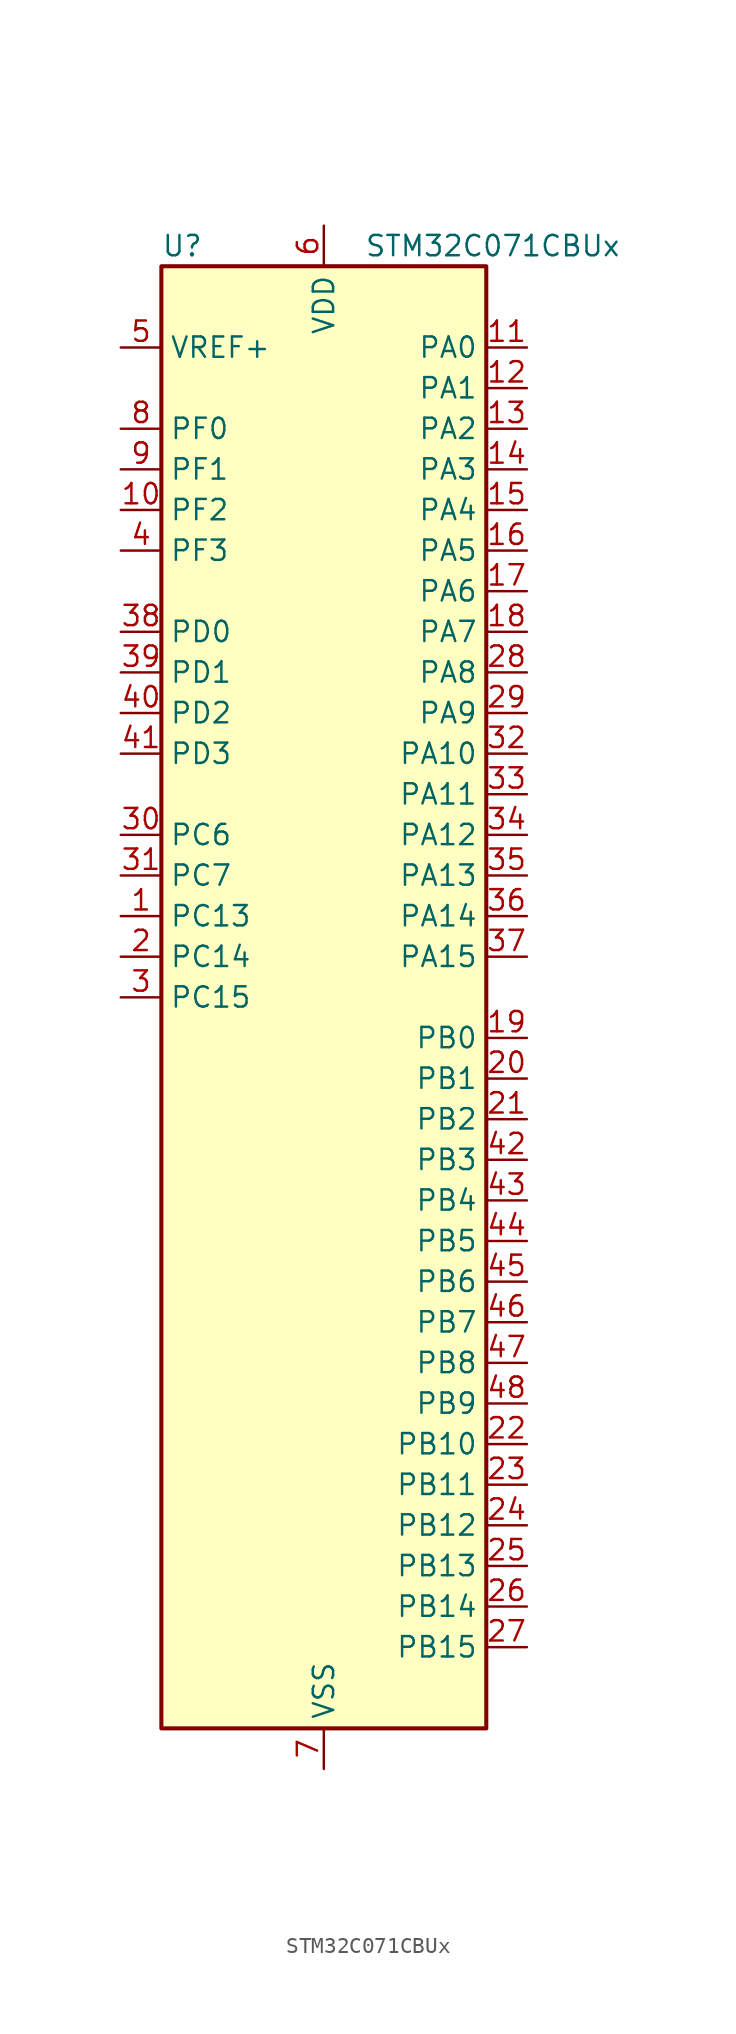
<source format=kicad_sym>
(kicad_symbol_lib
  (version 20241209)
  (generator "kicad_symbol_editor")
  (generator_version "9.0")
  (symbol "STM32C071CBUx"
    (property "Reference" "U"
      (at -10.16 46.99 0)
      (effects (font (size 1.27 1.27)) (justify left)))
    (property "Value" "STM32C071CBUx"
      (at 2.54 46.99 0)
      (effects (font (size 1.27 1.27)) (justify left)))
    (symbol "STM32C071CBUx_0_1"
      (rectangle (start -10.16 -45.72) (end 10.16 45.72) (stroke (width 0.254) (type default)) (fill (type background))))
    (symbol "STM32C071CBUx_1_1"
      (pin input line (at -12.7 40.64 0) (length 2.54) (name "VREF+" (effects (font (size 1.27 1.27)))) (number "5" (effects (font (size 1.27 1.27)))))
      (pin bidirectional line (at -12.7 35.56 0) (length 2.54) (name "PF0" (effects (font (size 1.27 1.27)))) (number "8" (effects (font (size 1.27 1.27)))) (alternate "CRS_SYNC" bidirectional line) (alternate "RCC_OSC_IN" bidirectional line) (alternate "TIM14_CH1" bidirectional line))
      (pin bidirectional line (at -12.7 33.02 0) (length 2.54) (name "PF1" (effects (font (size 1.27 1.27)))) (number "9" (effects (font (size 1.27 1.27)))) (alternate "RCC_OSC_EN" bidirectional line) (alternate "RCC_OSC_OUT" bidirectional line))
      (pin bidirectional line (at -12.7 30.48 0) (length 2.54) (name "PF2" (effects (font (size 1.27 1.27)))) (number "10" (effects (font (size 1.27 1.27)))) (alternate "RCC_MCO" bidirectional line) (alternate "TIM1_CH4" bidirectional line))
      (pin bidirectional line (at -12.7 27.94 0) (length 2.54) (name "PF3" (effects (font (size 1.27 1.27)))) (number "4" (effects (font (size 1.27 1.27)))))
      (pin bidirectional line (at -12.7 22.86 0) (length 2.54) (name "PD0" (effects (font (size 1.27 1.27)))) (number "38" (effects (font (size 1.27 1.27)))) (alternate "SPI2_NSS" bidirectional line) (alternate "TIM16_CH1" bidirectional line))
      (pin bidirectional line (at -12.7 20.32 0) (length 2.54) (name "PD1" (effects (font (size 1.27 1.27)))) (number "39" (effects (font (size 1.27 1.27)))) (alternate "SPI2_SCK" bidirectional line) (alternate "TIM17_CH1" bidirectional line))
      (pin bidirectional line (at -12.7 17.78 0) (length 2.54) (name "PD2" (effects (font (size 1.27 1.27)))) (number "40" (effects (font (size 1.27 1.27)))) (alternate "TIM1_CH1N" bidirectional line) (alternate "TIM3_ETR" bidirectional line))
      (pin bidirectional line (at -12.7 15.24 0) (length 2.54) (name "PD3" (effects (font (size 1.27 1.27)))) (number "41" (effects (font (size 1.27 1.27)))) (alternate "SPI2_MISO" bidirectional line) (alternate "TIM1_CH2N" bidirectional line) (alternate "USART2_CTS" bidirectional line) (alternate "USART2_NSS" bidirectional line))
      (pin bidirectional line (at -12.7 10.16 0) (length 2.54) (name "PC6" (effects (font (size 1.27 1.27)))) (number "30" (effects (font (size 1.27 1.27)))) (alternate "TIM2_CH3" bidirectional line) (alternate "TIM3_CH1" bidirectional line))
      (pin bidirectional line (at -12.7 7.62 0) (length 2.54) (name "PC7" (effects (font (size 1.27 1.27)))) (number "31" (effects (font (size 1.27 1.27)))) (alternate "TIM2_CH4" bidirectional line) (alternate "TIM3_CH2" bidirectional line))
      (pin bidirectional line (at -12.7 5.08 0) (length 2.54) (name "PC13" (effects (font (size 1.27 1.27)))) (number "1" (effects (font (size 1.27 1.27)))) (alternate "PWR_WKUP2" bidirectional line) (alternate "RTC_OUT1" bidirectional line) (alternate "RTC_TS" bidirectional line) (alternate "TIM1_BKIN" bidirectional line) (alternate "TIM1_ETR" bidirectional line))
      (pin bidirectional line (at -12.7 2.54 0) (length 2.54) (name "PC14" (effects (font (size 1.27 1.27)))) (number "2" (effects (font (size 1.27 1.27)))) (alternate "I2C1_SDA" bidirectional line) (alternate "IR_OUT" bidirectional line) (alternate "RCC_OSCX_IN" bidirectional line) (alternate "SPI2_NSS" bidirectional line) (alternate "TIM17_CH1" bidirectional line) (alternate "TIM1_BKIN2" bidirectional line) (alternate "TIM1_ETR" bidirectional line) (alternate "TIM3_CH2" bidirectional line) (alternate "USART1_TX" bidirectional line) (alternate "USART2_CK" bidirectional line) (alternate "USART2_DE" bidirectional line) (alternate "USART2_RTS" bidirectional line))
      (pin bidirectional line (at -12.7 0 0) (length 2.54) (name "PC15" (effects (font (size 1.27 1.27)))) (number "3" (effects (font (size 1.27 1.27)))) (alternate "RCC_OSC32_EN" bidirectional line) (alternate "RCC_OSCX_OUT" bidirectional line) (alternate "RCC_OSC_EN" bidirectional line) (alternate "TIM1_ETR" bidirectional line) (alternate "TIM3_CH3" bidirectional line))
      (pin power_in line (at 0 48.26 270) (length 2.54) (name "VDD" (effects (font (size 1.27 1.27)))) (number "6" (effects (font (size 1.27 1.27)))))
      (pin passive line (at 0 -48.26 90) (length 2.54) (hide yes) (name "VSS" (effects (font (size 1.27 1.27)))) (number "49" (effects (font (size 1.27 1.27)))))
      (pin power_in line (at 0 -48.26 90) (length 2.54) (name "VSS" (effects (font (size 1.27 1.27)))) (number "7" (effects (font (size 1.27 1.27)))))
      (pin bidirectional line (at 12.7 40.64 180) (length 2.54) (name "PA0" (effects (font (size 1.27 1.27)))) (number "11" (effects (font (size 1.27 1.27)))) (alternate "ADC1_IN0" bidirectional line) (alternate "PWR_WKUP1" bidirectional line) (alternate "SPI2_SCK" bidirectional line) (alternate "TIM16_CH1" bidirectional line) (alternate "TIM1_CH1" bidirectional line) (alternate "TIM2_CH1" bidirectional line) (alternate "TIM2_ETR" bidirectional line) (alternate "USART1_TX" bidirectional line) (alternate "USART2_CTS" bidirectional line) (alternate "USART2_NSS" bidirectional line))
      (pin bidirectional line (at 12.7 38.1 180) (length 2.54) (name "PA1" (effects (font (size 1.27 1.27)))) (number "12" (effects (font (size 1.27 1.27)))) (alternate "ADC1_IN1" bidirectional line) (alternate "I2C1_SMBA" bidirectional line) (alternate "I2S1_CK" bidirectional line) (alternate "SPI1_SCK" bidirectional line) (alternate "TIM17_CH1" bidirectional line) (alternate "TIM1_CH2" bidirectional line) (alternate "TIM2_CH2" bidirectional line) (alternate "USART1_RX" bidirectional line) (alternate "USART2_CK" bidirectional line) (alternate "USART2_DE" bidirectional line) (alternate "USART2_RTS" bidirectional line))
      (pin bidirectional line (at 12.7 35.56 180) (length 2.54) (name "PA2" (effects (font (size 1.27 1.27)))) (number "13" (effects (font (size 1.27 1.27)))) (alternate "ADC1_IN2" bidirectional line) (alternate "I2S1_SD" bidirectional line) (alternate "PWR_WKUP4" bidirectional line) (alternate "RCC_LSCO" bidirectional line) (alternate "SPI1_MOSI" bidirectional line) (alternate "TIM16_CH1N" bidirectional line) (alternate "TIM1_CH3" bidirectional line) (alternate "TIM2_CH3" bidirectional line) (alternate "TIM3_ETR" bidirectional line) (alternate "USART2_TX" bidirectional line))
      (pin bidirectional line (at 12.7 33.02 180) (length 2.54) (name "PA3" (effects (font (size 1.27 1.27)))) (number "14" (effects (font (size 1.27 1.27)))) (alternate "ADC1_IN3" bidirectional line) (alternate "SPI2_MISO" bidirectional line) (alternate "TIM1_CH1N" bidirectional line) (alternate "TIM1_CH4" bidirectional line) (alternate "TIM2_CH4" bidirectional line) (alternate "USART2_RX" bidirectional line))
      (pin bidirectional line (at 12.7 30.48 180) (length 2.54) (name "PA4" (effects (font (size 1.27 1.27)))) (number "15" (effects (font (size 1.27 1.27)))) (alternate "ADC1_IN4" bidirectional line) (alternate "I2S1_WS" bidirectional line) (alternate "RTC_OUT2" bidirectional line) (alternate "SPI1_NSS" bidirectional line) (alternate "SPI2_MOSI" bidirectional line) (alternate "TIM14_CH1" bidirectional line) (alternate "TIM17_CH1N" bidirectional line) (alternate "TIM1_CH2N" bidirectional line) (alternate "USART2_TX" bidirectional line) (alternate "USB_NOE" bidirectional line))
      (pin bidirectional line (at 12.7 27.94 180) (length 2.54) (name "PA5" (effects (font (size 1.27 1.27)))) (number "16" (effects (font (size 1.27 1.27)))) (alternate "ADC1_IN5" bidirectional line) (alternate "I2S1_CK" bidirectional line) (alternate "SPI1_SCK" bidirectional line) (alternate "TIM1_CH1" bidirectional line) (alternate "TIM1_CH3N" bidirectional line) (alternate "TIM2_CH1" bidirectional line) (alternate "TIM2_ETR" bidirectional line) (alternate "USART2_RX" bidirectional line))
      (pin bidirectional line (at 12.7 25.4 180) (length 2.54) (name "PA6" (effects (font (size 1.27 1.27)))) (number "17" (effects (font (size 1.27 1.27)))) (alternate "ADC1_IN6" bidirectional line) (alternate "I2C2_SDA" bidirectional line) (alternate "I2S1_MCK" bidirectional line) (alternate "SPI1_MISO" bidirectional line) (alternate "TIM16_CH1" bidirectional line) (alternate "TIM1_BKIN" bidirectional line) (alternate "TIM3_CH1" bidirectional line))
      (pin bidirectional line (at 12.7 22.86 180) (length 2.54) (name "PA7" (effects (font (size 1.27 1.27)))) (number "18" (effects (font (size 1.27 1.27)))) (alternate "ADC1_IN7" bidirectional line) (alternate "I2C2_SCL" bidirectional line) (alternate "I2S1_SD" bidirectional line) (alternate "SPI1_MOSI" bidirectional line) (alternate "TIM14_CH1" bidirectional line) (alternate "TIM17_CH1" bidirectional line) (alternate "TIM1_CH1N" bidirectional line) (alternate "TIM3_CH2" bidirectional line))
      (pin bidirectional line (at 12.7 20.32 180) (length 2.54) (name "PA8" (effects (font (size 1.27 1.27)))) (number "28" (effects (font (size 1.27 1.27)))) (alternate "ADC1_IN8" bidirectional line) (alternate "CRS_SYNC" bidirectional line) (alternate "I2S1_WS" bidirectional line) (alternate "RCC_MCO" bidirectional line) (alternate "RCC_MCO2" bidirectional line) (alternate "SPI1_NSS" bidirectional line) (alternate "SPI2_MISO" bidirectional line) (alternate "SPI2_NSS" bidirectional line) (alternate "TIM14_CH1" bidirectional line) (alternate "TIM1_CH1" bidirectional line) (alternate "TIM1_CH2N" bidirectional line) (alternate "TIM1_CH3N" bidirectional line) (alternate "TIM3_CH3" bidirectional line) (alternate "TIM3_CH4" bidirectional line) (alternate "USART1_RX" bidirectional line) (alternate "USART2_TX" bidirectional line))
      (pin bidirectional line (at 12.7 17.78 180) (length 2.54) (name "PA9" (effects (font (size 1.27 1.27)))) (number "29" (effects (font (size 1.27 1.27)))) (alternate "I2C1_SCL" bidirectional line) (alternate "I2C2_SCL" bidirectional line) (alternate "RCC_MCO" bidirectional line) (alternate "SPI2_MISO" bidirectional line) (alternate "TIM1_CH2" bidirectional line) (alternate "TIM3_ETR" bidirectional line) (alternate "USART1_TX" bidirectional line))
      (pin bidirectional line (at 12.7 15.24 180) (length 2.54) (name "PA10" (effects (font (size 1.27 1.27)))) (number "32" (effects (font (size 1.27 1.27)))) (alternate "I2C1_SDA" bidirectional line) (alternate "I2C2_SDA" bidirectional line) (alternate "RCC_MCO2" bidirectional line) (alternate "SPI2_MOSI" bidirectional line) (alternate "TIM17_BKIN" bidirectional line) (alternate "TIM1_CH3" bidirectional line) (alternate "USART1_RX" bidirectional line))
      (pin bidirectional line (at 12.7 12.7 180) (length 2.54) (name "PA11" (effects (font (size 1.27 1.27)))) (number "33" (effects (font (size 1.27 1.27)))) (alternate "ADC1_EXTI11" bidirectional line) (alternate "I2C2_SCL" bidirectional line) (alternate "I2S1_MCK" bidirectional line) (alternate "SPI1_MISO" bidirectional line) (alternate "TIM1_BKIN2" bidirectional line) (alternate "TIM1_CH4" bidirectional line) (alternate "USART1_CTS" bidirectional line) (alternate "USART1_NSS" bidirectional line) (alternate "USB_DM" bidirectional line))
      (pin bidirectional line (at 12.7 10.16 180) (length 2.54) (name "PA12" (effects (font (size 1.27 1.27)))) (number "34" (effects (font (size 1.27 1.27)))) (alternate "I2C2_SDA" bidirectional line) (alternate "I2S1_SD" bidirectional line) (alternate "I2S_CKIN" bidirectional line) (alternate "SPI1_MOSI" bidirectional line) (alternate "TIM1_ETR" bidirectional line) (alternate "USART1_CK" bidirectional line) (alternate "USART1_DE" bidirectional line) (alternate "USART1_RTS" bidirectional line) (alternate "USB_DP" bidirectional line))
      (pin bidirectional line (at 12.7 7.62 180) (length 2.54) (name "PA13" (effects (font (size 1.27 1.27)))) (number "35" (effects (font (size 1.27 1.27)))) (alternate "ADC1_IN13" bidirectional line) (alternate "DEBUG_SWDIO" bidirectional line) (alternate "IR_OUT" bidirectional line) (alternate "TIM3_ETR" bidirectional line) (alternate "USART2_RX" bidirectional line) (alternate "USB_NOE" bidirectional line))
      (pin bidirectional line (at 12.7 5.08 180) (length 2.54) (name "PA14" (effects (font (size 1.27 1.27)))) (number "36" (effects (font (size 1.27 1.27)))) (alternate "ADC1_IN14" bidirectional line) (alternate "DEBUG_SWCLK" bidirectional line) (alternate "I2S1_WS" bidirectional line) (alternate "RCC_MCO2" bidirectional line) (alternate "SPI1_NSS" bidirectional line) (alternate "TIM1_CH1" bidirectional line) (alternate "USART1_CK" bidirectional line) (alternate "USART1_DE" bidirectional line) (alternate "USART1_RTS" bidirectional line) (alternate "USART2_RX" bidirectional line) (alternate "USART2_TX" bidirectional line))
      (pin bidirectional line (at 12.7 2.54 180) (length 2.54) (name "PA15" (effects (font (size 1.27 1.27)))) (number "37" (effects (font (size 1.27 1.27)))) (alternate "I2S1_WS" bidirectional line) (alternate "RCC_MCO2" bidirectional line) (alternate "SPI1_NSS" bidirectional line) (alternate "TIM1_CH1" bidirectional line) (alternate "TIM2_CH1" bidirectional line) (alternate "TIM2_ETR" bidirectional line) (alternate "USART1_CK" bidirectional line) (alternate "USART1_DE" bidirectional line) (alternate "USART1_RTS" bidirectional line) (alternate "USART2_RX" bidirectional line) (alternate "USB_NOE" bidirectional line))
      (pin bidirectional line (at 12.7 -2.54 180) (length 2.54) (name "PB0" (effects (font (size 1.27 1.27)))) (number "19" (effects (font (size 1.27 1.27)))) (alternate "ADC1_IN17" bidirectional line) (alternate "I2S1_WS" bidirectional line) (alternate "SPI1_NSS" bidirectional line) (alternate "TIM1_CH2N" bidirectional line) (alternate "TIM3_CH3" bidirectional line))
      (pin bidirectional line (at 12.7 -5.08 180) (length 2.54) (name "PB1" (effects (font (size 1.27 1.27)))) (number "20" (effects (font (size 1.27 1.27)))) (alternate "ADC1_IN18" bidirectional line) (alternate "TIM14_CH1" bidirectional line) (alternate "TIM1_CH2N" bidirectional line) (alternate "TIM1_CH3N" bidirectional line) (alternate "TIM3_CH4" bidirectional line))
      (pin bidirectional line (at 12.7 -7.62 180) (length 2.54) (name "PB2" (effects (font (size 1.27 1.27)))) (number "21" (effects (font (size 1.27 1.27)))) (alternate "ADC1_IN19" bidirectional line) (alternate "RCC_MCO2" bidirectional line) (alternate "SPI2_MISO" bidirectional line) (alternate "USART1_RX" bidirectional line))
      (pin bidirectional line (at 12.7 -10.16 180) (length 2.54) (name "PB3" (effects (font (size 1.27 1.27)))) (number "42" (effects (font (size 1.27 1.27)))) (alternate "I2C2_SCL" bidirectional line) (alternate "I2S1_CK" bidirectional line) (alternate "SPI1_SCK" bidirectional line) (alternate "TIM1_CH2" bidirectional line) (alternate "TIM2_CH2" bidirectional line) (alternate "TIM3_CH2" bidirectional line) (alternate "USART1_CK" bidirectional line) (alternate "USART1_DE" bidirectional line) (alternate "USART1_RTS" bidirectional line))
      (pin bidirectional line (at 12.7 -12.7 180) (length 2.54) (name "PB4" (effects (font (size 1.27 1.27)))) (number "43" (effects (font (size 1.27 1.27)))) (alternate "I2C2_SDA" bidirectional line) (alternate "I2S1_MCK" bidirectional line) (alternate "SPI1_MISO" bidirectional line) (alternate "TIM17_BKIN" bidirectional line) (alternate "TIM3_CH1" bidirectional line) (alternate "USART1_CTS" bidirectional line) (alternate "USART1_NSS" bidirectional line))
      (pin bidirectional line (at 12.7 -15.24 180) (length 2.54) (name "PB5" (effects (font (size 1.27 1.27)))) (number "44" (effects (font (size 1.27 1.27)))) (alternate "I2C1_SMBA" bidirectional line) (alternate "I2S1_SD" bidirectional line) (alternate "PWR_WKUP6" bidirectional line) (alternate "SPI1_MOSI" bidirectional line) (alternate "TIM16_BKIN" bidirectional line) (alternate "TIM3_CH2" bidirectional line) (alternate "TIM3_CH3" bidirectional line))
      (pin bidirectional line (at 12.7 -17.78 180) (length 2.54) (name "PB6" (effects (font (size 1.27 1.27)))) (number "45" (effects (font (size 1.27 1.27)))) (alternate "I2C1_SCL" bidirectional line) (alternate "I2C1_SMBA" bidirectional line) (alternate "I2S1_CK" bidirectional line) (alternate "I2S1_MCK" bidirectional line) (alternate "I2S1_SD" bidirectional line) (alternate "PWR_WKUP3" bidirectional line) (alternate "SPI1_MISO" bidirectional line) (alternate "SPI1_MOSI" bidirectional line) (alternate "SPI1_SCK" bidirectional line) (alternate "SPI2_MISO" bidirectional line) (alternate "TIM16_BKIN" bidirectional line) (alternate "TIM16_CH1N" bidirectional line) (alternate "TIM17_BKIN" bidirectional line) (alternate "TIM1_CH2" bidirectional line) (alternate "TIM1_CH3" bidirectional line) (alternate "TIM3_CH1" bidirectional line) (alternate "TIM3_CH2" bidirectional line) (alternate "TIM3_CH3" bidirectional line) (alternate "USART1_CTS" bidirectional line) (alternate "USART1_NSS" bidirectional line) (alternate "USART1_TX" bidirectional line))
      (pin bidirectional line (at 12.7 -20.32 180) (length 2.54) (name "PB7" (effects (font (size 1.27 1.27)))) (number "46" (effects (font (size 1.27 1.27)))) (alternate "I2C1_SCL" bidirectional line) (alternate "I2C1_SDA" bidirectional line) (alternate "SPI2_MOSI" bidirectional line) (alternate "TIM16_CH1" bidirectional line) (alternate "TIM17_CH1N" bidirectional line) (alternate "TIM1_CH4" bidirectional line) (alternate "TIM3_CH1" bidirectional line) (alternate "TIM3_CH4" bidirectional line) (alternate "USART1_RX" bidirectional line) (alternate "USART2_CTS" bidirectional line) (alternate "USART2_NSS" bidirectional line))
      (pin bidirectional line (at 12.7 -22.86 180) (length 2.54) (name "PB8" (effects (font (size 1.27 1.27)))) (number "47" (effects (font (size 1.27 1.27)))) (alternate "I2C1_SCL" bidirectional line) (alternate "SPI2_SCK" bidirectional line) (alternate "TIM16_CH1" bidirectional line) (alternate "TIM3_CH1" bidirectional line) (alternate "USART2_CTS" bidirectional line) (alternate "USART2_NSS" bidirectional line))
      (pin bidirectional line (at 12.7 -25.4 180) (length 2.54) (name "PB9" (effects (font (size 1.27 1.27)))) (number "48" (effects (font (size 1.27 1.27)))) (alternate "I2C1_SDA" bidirectional line) (alternate "IR_OUT" bidirectional line) (alternate "SPI2_NSS" bidirectional line) (alternate "TIM17_CH1" bidirectional line) (alternate "TIM3_CH2" bidirectional line) (alternate "USART2_CK" bidirectional line) (alternate "USART2_DE" bidirectional line) (alternate "USART2_RTS" bidirectional line))
      (pin bidirectional line (at 12.7 -27.94 180) (length 2.54) (name "PB10" (effects (font (size 1.27 1.27)))) (number "22" (effects (font (size 1.27 1.27)))) (alternate "ADC1_IN20" bidirectional line) (alternate "I2C2_SCL" bidirectional line) (alternate "SPI2_SCK" bidirectional line) (alternate "TIM2_CH3" bidirectional line))
      (pin bidirectional line (at 12.7 -30.48 180) (length 2.54) (name "PB11" (effects (font (size 1.27 1.27)))) (number "23" (effects (font (size 1.27 1.27)))) (alternate "ADC1_EXTI11" bidirectional line) (alternate "ADC1_IN21" bidirectional line) (alternate "I2C2_SDA" bidirectional line) (alternate "SPI2_MOSI" bidirectional line) (alternate "TIM2_CH4" bidirectional line))
      (pin bidirectional line (at 12.7 -33.02 180) (length 2.54) (name "PB12" (effects (font (size 1.27 1.27)))) (number "24" (effects (font (size 1.27 1.27)))) (alternate "ADC1_IN22" bidirectional line) (alternate "SPI2_NSS" bidirectional line) (alternate "TIM1_BKIN" bidirectional line) (alternate "TIM1_BKIN2" bidirectional line))
      (pin bidirectional line (at 12.7 -35.56 180) (length 2.54) (name "PB13" (effects (font (size 1.27 1.27)))) (number "25" (effects (font (size 1.27 1.27)))) (alternate "I2C2_SCL" bidirectional line) (alternate "SPI2_SCK" bidirectional line) (alternate "TIM1_CH1N" bidirectional line))
      (pin bidirectional line (at 12.7 -38.1 180) (length 2.54) (name "PB14" (effects (font (size 1.27 1.27)))) (number "26" (effects (font (size 1.27 1.27)))) (alternate "I2C2_SDA" bidirectional line) (alternate "SPI2_MISO" bidirectional line) (alternate "TIM1_CH2N" bidirectional line))
      (pin bidirectional line (at 12.7 -40.64 180) (length 2.54) (name "PB15" (effects (font (size 1.27 1.27)))) (number "27" (effects (font (size 1.27 1.27)))) (alternate "RTC_REFIN" bidirectional line) (alternate "SPI2_MOSI" bidirectional line) (alternate "TIM1_CH3N" bidirectional line)))))
</source>
